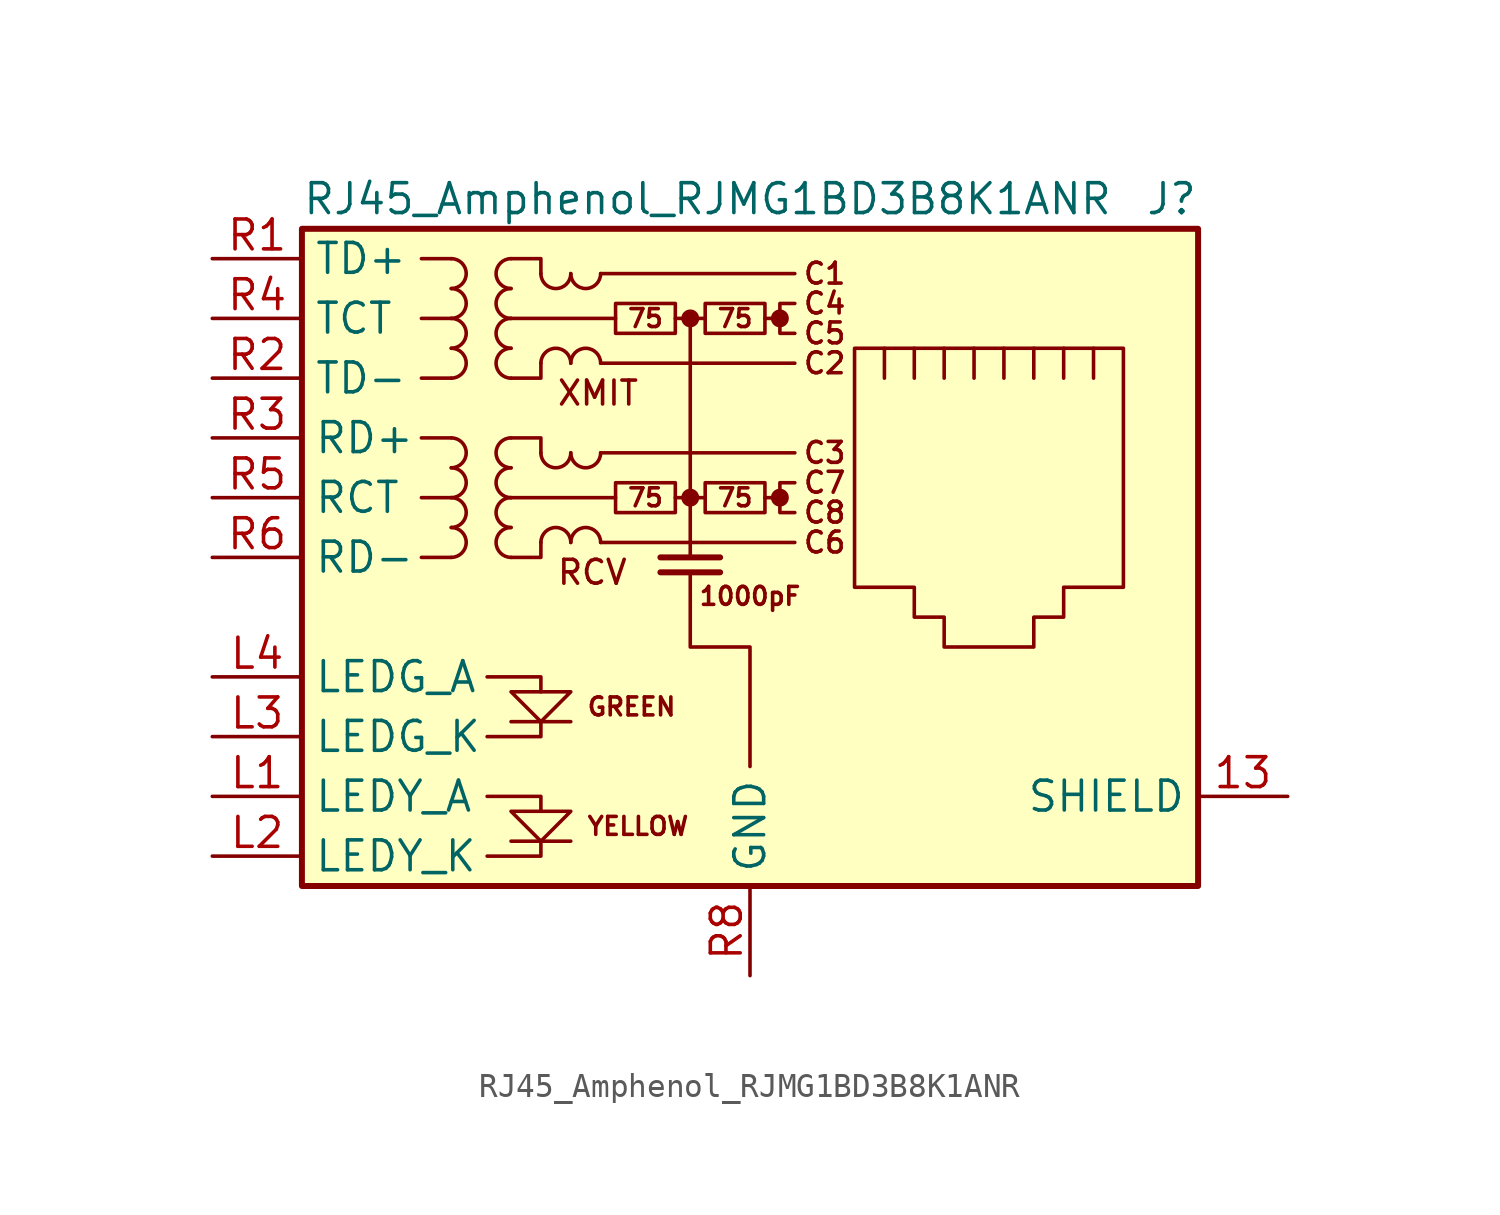
<source format=kicad_sym>
(kicad_symbol_lib
  (version 20201005)
  (generator kicad_symbol_editor)
  (symbol "Connector:RJ45_Amphenol_RJMG1BD3B8K1ANR"
    (property "Reference" "J"
      (at 19.05 15.24 0)
      (effects (font (size 1.27 1.27)) (justify right)))
    (property "Value" "RJ45_Amphenol_RJMG1BD3B8K1ANR"
      (at -19.05 15.24 0)
      (effects (font (size 1.27 1.27)) (justify left)))
    (symbol "RJ45_Amphenol_RJMG1BD3B8K1ANR_0_0"
      (circle (center -2.54 2.54) (radius 0.254) (stroke (width 0.254)) (fill (type outline)))
      (circle (center -2.54 10.16) (radius 0.254) (stroke (width 0.254)) (fill (type outline)))
      (circle (center 1.27 2.54) (radius 0.254) (stroke (width 0.254)) (fill (type outline)))
      (circle (center 1.27 10.16) (radius 0.254) (stroke (width 0.254)) (fill (type outline)))
      (text "1000pF" (at 0 -1.651 0) (effects (font (size 0.762 0.762))))
      (text "75" (at -4.445 2.54 0) (effects (font (size 0.762 0.762))))
      (text "75" (at -4.445 10.16 0) (effects (font (size 0.762 0.762))))
      (text "75" (at -0.635 2.54 0) (effects (font (size 0.762 0.762))))
      (text "75" (at -0.635 10.16 0) (effects (font (size 0.762 0.762))))
      (text "C1" (at 3.175 12.065 0) (effects (font (size 0.889 0.889))))
      (text "C2" (at 3.175 8.255 0) (effects (font (size 0.889 0.889))))
      (text "C3" (at 3.175 4.445 0) (effects (font (size 0.889 0.889))))
      (text "C4" (at 3.175 10.795 0) (effects (font (size 0.889 0.889))))
      (text "C5" (at 3.175 9.525 0) (effects (font (size 0.889 0.889))))
      (text "C6" (at 3.175 0.635 0) (effects (font (size 0.889 0.889))))
      (text "C7" (at 3.175 3.175 0) (effects (font (size 0.889 0.889))))
      (text "C8" (at 3.175 1.905 0) (effects (font (size 0.889 0.889))))
      (text "GREEN" (at -6.985 -6.35 0) (effects (font (size 0.762 0.762)) (justify left)))
      (text "RCV" (at -8.255 -0.635 0) (effects (font (size 1.016 1.016)) (justify left)))
      (text "XMIT" (at -8.255 6.985 0) (effects (font (size 1.016 1.016)) (justify left)))
      (text "YELLOW" (at -6.985 -11.43 0) (effects (font (size 0.762 0.762)) (justify left)))
      (polyline (pts (xy -7.62 -12.065) (xy -10.16 -12.065)) (stroke (width 0)) (fill (type none)))
      (polyline (pts (xy -7.62 -6.985) (xy -10.16 -6.985)) (stroke (width 0)) (fill (type none)))
      (polyline (pts (xy -2.54 10.16) (xy -2.54 0)) (stroke (width 0)) (fill (type none)))
      (polyline (pts (xy -1.27 -0.635) (xy -3.81 -0.635)) (stroke (width 0.254)) (fill (type none)))
      (polyline (pts (xy -1.27 0) (xy -3.81 0)) (stroke (width 0.254)) (fill (type none)))
      (polyline (pts (xy 1.27 2.54) (xy 0.635 2.54)) (stroke (width 0)) (fill (type none)))
      (polyline (pts (xy 1.27 10.16) (xy 0.635 10.16)) (stroke (width 0)) (fill (type none)))
      (polyline (pts (xy -11.176 -12.7) (xy -8.89 -12.7) (xy -8.89 -12.065)) (stroke (width 0)) (fill (type none)))
      (polyline (pts (xy -11.176 -10.16) (xy -8.89 -10.16) (xy -8.89 -10.795)) (stroke (width 0)) (fill (type none)))
      (polyline (pts (xy -11.176 -5.08) (xy -8.89 -5.08) (xy -8.89 -5.715)) (stroke (width 0)) (fill (type none)))
      (polyline (pts (xy -8.89 -6.985) (xy -8.89 -7.62) (xy -11.176 -7.62)) (stroke (width 0)) (fill (type none)))
      (polyline (pts (xy -10.16 -5.715) (xy -7.62 -5.715) (xy -8.89 -6.985) (xy -10.16 -5.715)) (stroke (width 0)) (fill (type none)))
      (polyline (pts (xy -7.62 -10.795) (xy -10.16 -10.795) (xy -8.89 -12.065) (xy -7.62 -10.795)) (stroke (width 0)) (fill (type none)))
      (polyline (pts (xy -2.54 -0.635) (xy -2.54 -3.81) (xy 0 -3.81) (xy 0 -8.89)) (stroke (width 0)) (fill (type none)))
      (polyline (pts (xy 1.905 3.175) (xy 1.27 3.175) (xy 1.27 1.905) (xy 1.905 1.905)) (stroke (width 0)) (fill (type none)))
      (polyline (pts (xy 1.905 10.795) (xy 1.27 10.795) (xy 1.27 9.525) (xy 1.905 9.525)) (stroke (width 0)) (fill (type none))))
    (symbol "RJ45_Amphenol_RJMG1BD3B8K1ANR_0_1"
      (arc (start -12.7 0) (end -12.7 1.27) (radius (at -12.7 0.635) (length 0.635) (angles -89.9 89.9)) (stroke (width 0)) (fill (type none)))
      (arc (start -12.7 1.27) (end -12.7 2.54) (radius (at -12.7 1.905) (length 0.635) (angles -89.9 89.9)) (stroke (width 0)) (fill (type none)))
      (arc (start -12.7 2.54) (end -12.7 3.81) (radius (at -12.7 3.175) (length 0.635) (angles -89.9 89.9)) (stroke (width 0)) (fill (type none)))
      (arc (start -12.7 3.81) (end -12.7 5.08) (radius (at -12.7 4.445) (length 0.635) (angles -89.9 89.9)) (stroke (width 0)) (fill (type none)))
      (arc (start -12.7 7.62) (end -12.7 8.89) (radius (at -12.7 8.255) (length 0.635) (angles -89.9 89.9)) (stroke (width 0)) (fill (type none)))
      (arc (start -12.7 8.89) (end -12.7 10.16) (radius (at -12.7 9.525) (length 0.635) (angles -89.9 89.9)) (stroke (width 0)) (fill (type none)))
      (arc (start -12.7 10.16) (end -12.7 11.43) (radius (at -12.7 10.795) (length 0.635) (angles -89.9 89.9)) (stroke (width 0)) (fill (type none)))
      (arc (start -12.7 11.43) (end -12.7 12.7) (radius (at -12.7 12.065) (length 0.635) (angles -89.9 89.9)) (stroke (width 0)) (fill (type none)))
      (arc (start -10.16 1.27) (end -10.16 0) (radius (at -10.16 0.635) (length 0.635) (angles 90.1 -90.1)) (stroke (width 0)) (fill (type none)))
      (arc (start -10.16 2.54) (end -10.16 1.27) (radius (at -10.16 1.905) (length 0.635) (angles 90.1 -90.1)) (stroke (width 0)) (fill (type none)))
      (arc (start -10.16 3.81) (end -10.16 2.54) (radius (at -10.16 3.175) (length 0.635) (angles 90.1 -90.1)) (stroke (width 0)) (fill (type none)))
      (arc (start -10.16 5.08) (end -10.16 3.81) (radius (at -10.16 4.445) (length 0.635) (angles 90.1 -90.1)) (stroke (width 0)) (fill (type none)))
      (arc (start -10.16 8.89) (end -10.16 7.62) (radius (at -10.16 8.255) (length 0.635) (angles 90.1 -90.1)) (stroke (width 0)) (fill (type none)))
      (arc (start -10.16 10.16) (end -10.16 8.89) (radius (at -10.16 9.525) (length 0.635) (angles 90.1 -90.1)) (stroke (width 0)) (fill (type none)))
      (arc (start -10.16 11.43) (end -10.16 10.16) (radius (at -10.16 10.795) (length 0.635) (angles 90.1 -90.1)) (stroke (width 0)) (fill (type none)))
      (arc (start -10.16 12.7) (end -10.16 11.43) (radius (at -10.16 12.065) (length 0.635) (angles 90.1 -90.1)) (stroke (width 0)) (fill (type none)))
      (arc (start -7.62 0.635) (end -8.89 0.635) (radius (at -8.255 0.635) (length 0.635) (angles 0.1 179.9)) (stroke (width 0)) (fill (type none)))
      (arc (start -8.89 4.445) (end -7.62 4.445) (radius (at -8.255 4.445) (length 0.635) (angles -179.9 -0.1)) (stroke (width 0)) (fill (type none)))
      (arc (start -7.62 8.255) (end -8.89 8.255) (radius (at -8.255 8.255) (length 0.635) (angles 0.1 179.9)) (stroke (width 0)) (fill (type none)))
      (arc (start -8.89 12.065) (end -7.62 12.065) (radius (at -8.255 12.065) (length 0.635) (angles -179.9 -0.1)) (stroke (width 0)) (fill (type none)))
      (arc (start -6.35 0.635) (end -7.62 0.635) (radius (at -6.985 0.635) (length 0.635) (angles 0.1 179.9)) (stroke (width 0)) (fill (type none)))
      (arc (start -7.62 4.445) (end -6.35 4.445) (radius (at -6.985 4.445) (length 0.635) (angles -179.9 -0.1)) (stroke (width 0)) (fill (type none)))
      (arc (start -6.35 8.255) (end -7.62 8.255) (radius (at -6.985 8.255) (length 0.635) (angles 0.1 179.9)) (stroke (width 0)) (fill (type none)))
      (arc (start -7.62 12.065) (end -6.35 12.065) (radius (at -6.985 12.065) (length 0.635) (angles -179.9 -0.1)) (stroke (width 0)) (fill (type none)))
      (rectangle (start -19.05 -13.97) (end 19.05 13.97) (stroke (width 0.254)) (fill (type background)))
      (rectangle (start -5.715 3.175) (end -3.175 1.905) (stroke (width 0)) (fill (type none)))
      (rectangle (start -5.715 10.795) (end -3.175 9.525) (stroke (width 0)) (fill (type none)))
      (rectangle (start -1.905 3.175) (end 0.635 1.905) (stroke (width 0)) (fill (type none)))
      (rectangle (start -1.905 10.795) (end 0.635 9.525) (stroke (width 0)) (fill (type none)))
      (polyline (pts (xy -12.7 0) (xy -13.97 0)) (stroke (width 0)) (fill (type none)))
      (polyline (pts (xy -12.7 2.54) (xy -13.97 2.54)) (stroke (width 0)) (fill (type none)))
      (polyline (pts (xy -12.7 5.08) (xy -13.97 5.08)) (stroke (width 0)) (fill (type none)))
      (polyline (pts (xy -12.7 7.62) (xy -13.97 7.62)) (stroke (width 0)) (fill (type none)))
      (polyline (pts (xy -12.7 10.16) (xy -13.97 10.16)) (stroke (width 0)) (fill (type none)))
      (polyline (pts (xy -12.7 12.7) (xy -13.97 12.7)) (stroke (width 0)) (fill (type none)))
      (polyline (pts (xy -6.35 0.635) (xy 1.905 0.635)) (stroke (width 0)) (fill (type none)))
      (polyline (pts (xy -6.35 4.445) (xy 1.905 4.445)) (stroke (width 0)) (fill (type none)))
      (polyline (pts (xy -6.35 8.255) (xy 1.905 8.255)) (stroke (width 0)) (fill (type none)))
      (polyline (pts (xy -6.35 12.065) (xy 1.905 12.065)) (stroke (width 0)) (fill (type none)))
      (polyline (pts (xy -5.715 2.54) (xy -10.16 2.54)) (stroke (width 0)) (fill (type none)))
      (polyline (pts (xy -5.715 10.16) (xy -10.16 10.16)) (stroke (width 0)) (fill (type none)))
      (polyline (pts (xy -3.175 2.54) (xy -1.905 2.54)) (stroke (width 0)) (fill (type none)))
      (polyline (pts (xy -3.175 10.16) (xy -1.905 10.16)) (stroke (width 0)) (fill (type none)))
      (polyline (pts (xy 5.715 7.62) (xy 5.715 8.89)) (stroke (width 0)) (fill (type none)))
      (polyline (pts (xy 6.985 8.89) (xy 6.985 7.62)) (stroke (width 0)) (fill (type none)))
      (polyline (pts (xy 8.255 8.89) (xy 8.255 7.62)) (stroke (width 0)) (fill (type none)))
      (polyline (pts (xy 9.525 8.89) (xy 9.525 7.62)) (stroke (width 0)) (fill (type none)))
      (polyline (pts (xy 10.795 8.89) (xy 10.795 7.62)) (stroke (width 0)) (fill (type none)))
      (polyline (pts (xy 12.065 8.89) (xy 12.065 7.62)) (stroke (width 0)) (fill (type none)))
      (polyline (pts (xy 13.335 7.62) (xy 13.335 8.89)) (stroke (width 0)) (fill (type none)))
      (polyline (pts (xy 14.605 7.62) (xy 14.605 8.89)) (stroke (width 0)) (fill (type none)))
      (polyline (pts (xy -10.16 5.08) (xy -8.89 5.08) (xy -8.89 4.445)) (stroke (width 0)) (fill (type none)))
      (polyline (pts (xy -10.16 12.7) (xy -8.89 12.7) (xy -8.89 12.065)) (stroke (width 0)) (fill (type none)))
      (polyline (pts (xy -8.89 0.635) (xy -8.89 0) (xy -10.16 0)) (stroke (width 0)) (fill (type none)))
      (polyline (pts (xy -8.89 8.255) (xy -8.89 7.62) (xy -10.16 7.62)) (stroke (width 0)) (fill (type none)))
      (polyline (pts (xy 4.445 8.89) (xy 15.875 8.89) (xy 15.875 -1.27) (xy 13.335 -1.27) (xy 13.335 -2.54) (xy 12.065 -2.54) (xy 12.065 -3.81) (xy 8.255 -3.81) (xy 8.255 -2.54) (xy 6.985 -2.54) (xy 6.985 -1.27) (xy 4.445 -1.27) (xy 4.445 8.89)) (stroke (width 0)) (fill (type none))))
    (symbol "RJ45_Amphenol_RJMG1BD3B8K1ANR_1_1"
      (pin passive line (at 22.86 -10.16 180) (length 3.81) (name "SHIELD" (effects (font (size 1.27 1.27)))) (number "13" (effects (font (size 1.27 1.27)))))
      (pin passive line (at -22.86 -10.16 0) (length 3.81) (name "LEDY_A" (effects (font (size 1.27 1.27)))) (number "L1" (effects (font (size 1.27 1.27)))))
      (pin passive line (at -22.86 -12.7 0) (length 3.81) (name "LEDY_K" (effects (font (size 1.27 1.27)))) (number "L2" (effects (font (size 1.27 1.27)))))
      (pin passive line (at -22.86 -7.62 0) (length 3.81) (name "LEDG_K" (effects (font (size 1.27 1.27)))) (number "L3" (effects (font (size 1.27 1.27)))))
      (pin passive line (at -22.86 -5.08 0) (length 3.81) (name "LEDG_A" (effects (font (size 1.27 1.27)))) (number "L4" (effects (font (size 1.27 1.27)))))
      (pin passive line (at -22.86 12.7 0) (length 3.81) (name "TD+" (effects (font (size 1.27 1.27)))) (number "R1" (effects (font (size 1.27 1.27)))))
      (pin passive line (at -22.86 7.62 0) (length 3.81) (name "TD-" (effects (font (size 1.27 1.27)))) (number "R2" (effects (font (size 1.27 1.27)))))
      (pin passive line (at -22.86 5.08 0) (length 3.81) (name "RD+" (effects (font (size 1.27 1.27)))) (number "R3" (effects (font (size 1.27 1.27)))))
      (pin passive line (at -22.86 10.16 0) (length 3.81) (name "TCT" (effects (font (size 1.27 1.27)))) (number "R4" (effects (font (size 1.27 1.27)))))
      (pin passive line (at -22.86 2.54 0) (length 3.81) (name "RCT" (effects (font (size 1.27 1.27)))) (number "R5" (effects (font (size 1.27 1.27)))))
      (pin passive line (at -22.86 0 0) (length 3.81) (name "RD-" (effects (font (size 1.27 1.27)))) (number "R6" (effects (font (size 1.27 1.27)))))
      (pin no_connect line (at 5.08 -5.08 0) (length 0) hide (name "NC" (effects (font (size 1.27 1.27)))) (number "R7" (effects (font (size 1.27 1.27)))))
      (pin power_in line (at 0 -17.78 90) (length 3.81) (name "GND" (effects (font (size 1.27 1.27)))) (number "R8" (effects (font (size 1.27 1.27))))))))
</source>
